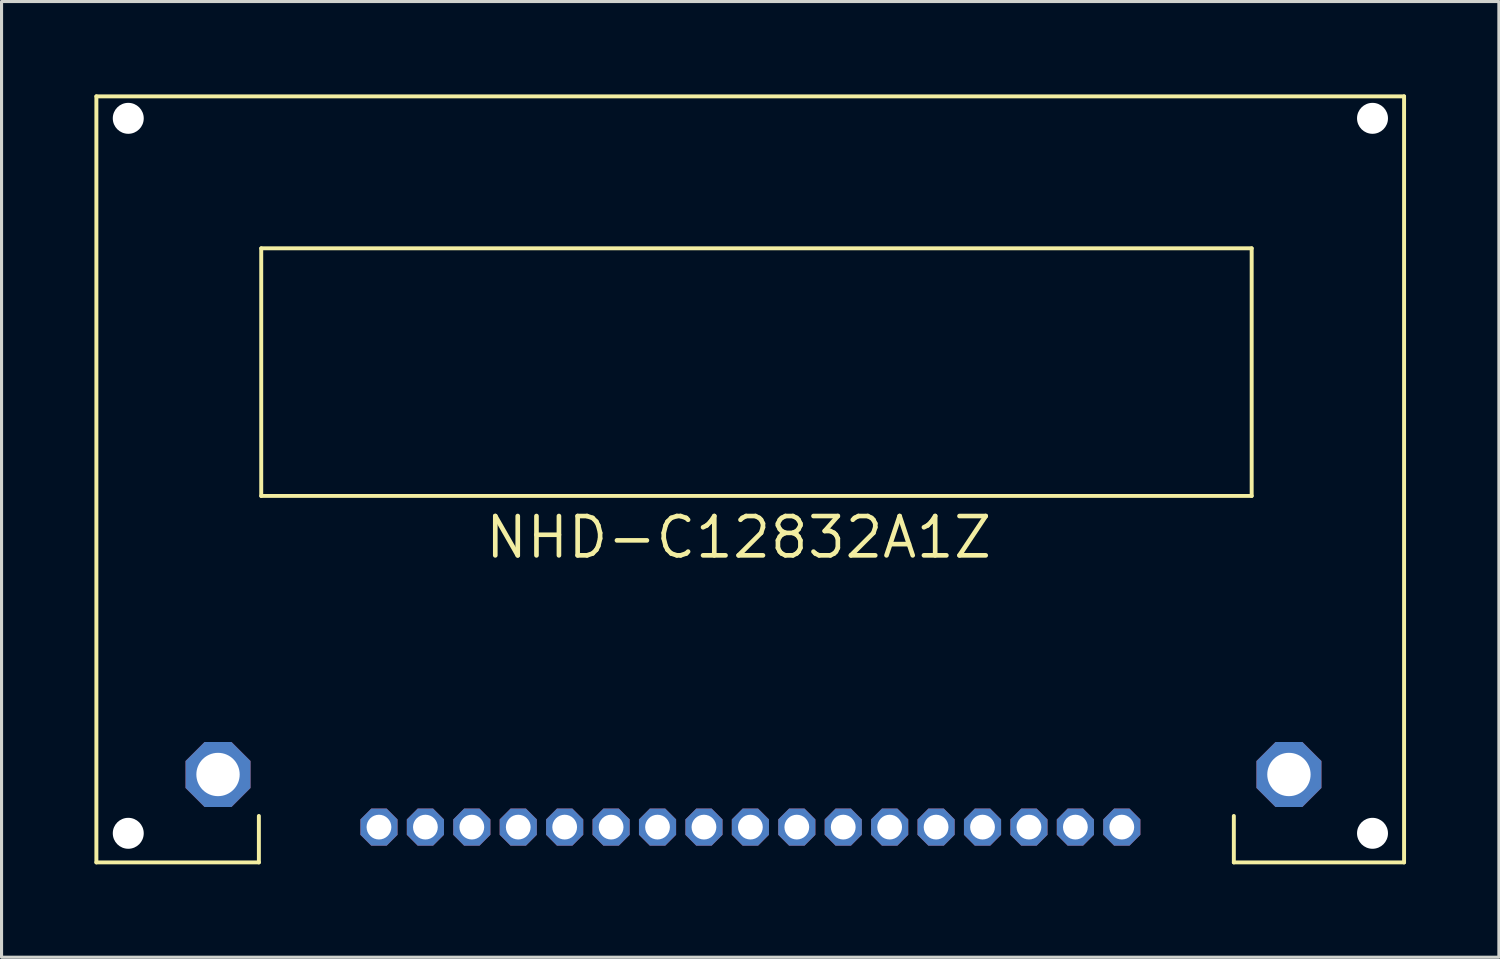
<source format=kicad_pcb>
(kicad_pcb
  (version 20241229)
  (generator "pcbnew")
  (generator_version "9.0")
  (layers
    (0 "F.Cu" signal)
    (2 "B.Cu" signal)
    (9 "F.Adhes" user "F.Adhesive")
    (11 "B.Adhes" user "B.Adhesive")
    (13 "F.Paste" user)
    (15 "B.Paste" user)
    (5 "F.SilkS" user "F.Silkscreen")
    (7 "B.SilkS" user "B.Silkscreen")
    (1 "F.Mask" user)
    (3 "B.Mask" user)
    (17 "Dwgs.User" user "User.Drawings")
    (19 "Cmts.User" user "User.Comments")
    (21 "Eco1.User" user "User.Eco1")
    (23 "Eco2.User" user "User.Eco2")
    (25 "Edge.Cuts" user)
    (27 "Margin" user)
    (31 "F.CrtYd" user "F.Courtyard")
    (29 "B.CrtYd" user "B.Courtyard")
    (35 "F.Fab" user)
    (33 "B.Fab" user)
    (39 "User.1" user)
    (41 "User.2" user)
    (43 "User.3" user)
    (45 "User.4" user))
  (footprint "NHD-C12832A1Z"
    (layer "F.Cu")
    (at 20.814 14.313)
    (property "Reference" "NHD-C12832A1Z" (at 0 0 0) (layer "F.SilkS") (effects (font (size 1.27 1.27) (thickness 0.15))))
    (fp_line (start -20.75 -14.25) (end 21.5 -14.25) (stroke (width 0.127) (type solid)) (layer "F.SilkS"))
    (fp_line (start -20.75 10.5) (end -20.75 -14.25) (stroke (width 0.127) (type solid)) (layer "F.SilkS"))
    (fp_line (start -20.75 10.5) (end -15.5 10.5) (stroke (width 0.127) (type solid)) (layer "F.SilkS"))
    (fp_line (start -15.5 9) (end -15.5 10.5) (stroke (width 0.127) (type solid)) (layer "F.SilkS"))
    (fp_line (start -15.424 -9.34) (end 16.576 -9.34) (stroke (width 0.127) (type solid)) (layer "F.SilkS"))
    (fp_line (start -15.424 -1.34) (end -15.424 -9.34) (stroke (width 0.127) (type solid)) (layer "F.SilkS"))
    (fp_line (start 16 9) (end 16 10.5) (stroke (width 0.127) (type solid)) (layer "F.SilkS"))
    (fp_line (start 16 10.5) (end 21.5 10.5) (stroke (width 0.127) (type solid)) (layer "F.SilkS"))
    (fp_line (start 16.576 -9.34) (end 16.576 -1.34) (stroke (width 0.127) (type solid)) (layer "F.SilkS"))
    (fp_line (start 16.576 -1.34) (end -15.424 -1.34) (stroke (width 0.127) (type solid)) (layer "F.SilkS"))
    (fp_line (start 21.5 -14.25) (end 21.5 10.5) (stroke (width 0.127) (type solid)) (layer "F.SilkS"))
    (pad "" np_thru_hole circle (at -19.72 -13.54) (size 1 1) (drill 1) (layers "*.Cu" "*.Mask"))
    (pad "" np_thru_hole circle (at -19.72 9.56) (size 1 1) (drill 1) (layers "*.Cu" "*.Mask"))
    (pad "" np_thru_hole circle (at 20.48 -13.54) (size 1 1) (drill 1) (layers "*.Cu" "*.Mask"))
    (pad "" np_thru_hole circle (at 20.48 9.56) (size 1 1) (drill 1) (layers "*.Cu" "*.Mask"))
    (pad "P1" thru_hole roundrect (at -11.62 9.36) (size 1.2 1.2) (drill 0.8) (layers "*.Cu" "*.Mask") (roundrect_rratio 0.25) (chamfer_ratio 0.293) (chamfer top_left top_right bottom_left bottom_right))
    (pad "P2" thru_hole roundrect (at -10.12 9.36) (size 1.2 1.2) (drill 0.8) (layers "*.Cu" "*.Mask") (roundrect_rratio 0.25) (chamfer_ratio 0.293) (chamfer top_left top_right bottom_left bottom_right))
    (pad "P3" thru_hole roundrect (at -8.62 9.36) (size 1.2 1.2) (drill 0.8) (layers "*.Cu" "*.Mask") (roundrect_rratio 0.25) (chamfer_ratio 0.293) (chamfer top_left top_right bottom_left bottom_right))
    (pad "P4" thru_hole roundrect (at -7.12 9.36) (size 1.2 1.2) (drill 0.8) (layers "*.Cu" "*.Mask") (roundrect_rratio 0.25) (chamfer_ratio 0.293) (chamfer top_left top_right bottom_left bottom_right))
    (pad "P5" thru_hole roundrect (at -5.62 9.36) (size 1.2 1.2) (drill 0.8) (layers "*.Cu" "*.Mask") (roundrect_rratio 0.25) (chamfer_ratio 0.293) (chamfer top_left top_right bottom_left bottom_right))
    (pad "P6" thru_hole roundrect (at -4.12 9.36) (size 1.2 1.2) (drill 0.8) (layers "*.Cu" "*.Mask") (roundrect_rratio 0.25) (chamfer_ratio 0.293) (chamfer top_left top_right bottom_left bottom_right))
    (pad "P7" thru_hole roundrect (at -2.62 9.36) (size 1.2 1.2) (drill 0.8) (layers "*.Cu" "*.Mask") (roundrect_rratio 0.25) (chamfer_ratio 0.293) (chamfer top_left top_right bottom_left bottom_right))
    (pad "P8" thru_hole roundrect (at -1.12 9.36) (size 1.2 1.2) (drill 0.8) (layers "*.Cu" "*.Mask") (roundrect_rratio 0.25) (chamfer_ratio 0.293) (chamfer top_left top_right bottom_left bottom_right))
    (pad "P9" thru_hole roundrect (at 0.38 9.36) (size 1.2 1.2) (drill 0.8) (layers "*.Cu" "*.Mask") (roundrect_rratio 0.25) (chamfer_ratio 0.293) (chamfer top_left top_right bottom_left bottom_right))
    (pad "P10" thru_hole roundrect (at 1.88 9.36) (size 1.2 1.2) (drill 0.8) (layers "*.Cu" "*.Mask") (roundrect_rratio 0.25) (chamfer_ratio 0.293) (chamfer top_left top_right bottom_left bottom_right))
    (pad "P11" thru_hole roundrect (at 3.38 9.36) (size 1.2 1.2) (drill 0.8) (layers "*.Cu" "*.Mask") (roundrect_rratio 0.25) (chamfer_ratio 0.293) (chamfer top_left top_right bottom_left bottom_right))
    (pad "P12" thru_hole roundrect (at 4.88 9.36) (size 1.2 1.2) (drill 0.8) (layers "*.Cu" "*.Mask") (roundrect_rratio 0.25) (chamfer_ratio 0.293) (chamfer top_left top_right bottom_left bottom_right))
    (pad "P13" thru_hole roundrect (at 6.38 9.36) (size 1.2 1.2) (drill 0.8) (layers "*.Cu" "*.Mask") (roundrect_rratio 0.25) (chamfer_ratio 0.293) (chamfer top_left top_right bottom_left bottom_right))
    (pad "P14" thru_hole roundrect (at 7.88 9.36) (size 1.2 1.2) (drill 0.8) (layers "*.Cu" "*.Mask") (roundrect_rratio 0.25) (chamfer_ratio 0.293) (chamfer top_left top_right bottom_left bottom_right))
    (pad "P15" thru_hole roundrect (at 9.38 9.36) (size 1.2 1.2) (drill 0.8) (layers "*.Cu" "*.Mask") (roundrect_rratio 0.25) (chamfer_ratio 0.293) (chamfer top_left top_right bottom_left bottom_right))
    (pad "P16" thru_hole roundrect (at 10.88 9.36) (size 1.2 1.2) (drill 0.8) (layers "*.Cu" "*.Mask") (roundrect_rratio 0.25) (chamfer_ratio 0.293) (chamfer top_left top_right bottom_left bottom_right))
    (pad "P17" thru_hole roundrect (at 12.38 9.36) (size 1.2 1.2) (drill 0.8) (layers "*.Cu" "*.Mask") (roundrect_rratio 0.25) (chamfer_ratio 0.293) (chamfer top_left top_right bottom_left bottom_right))
    (pad "P18" thru_hole roundrect (at -16.82 7.66) (size 2.1 2.1) (drill 1.4) (layers "*.Cu" "*.Mask") (roundrect_rratio 0.25) (chamfer_ratio 0.293) (chamfer top_left top_right bottom_left bottom_right))
    (pad "P19" thru_hole roundrect (at 17.78 7.66) (size 2.1 2.1) (drill 1.4) (layers "*.Cu" "*.Mask") (roundrect_rratio 0.25) (chamfer_ratio 0.293) (chamfer top_left top_right bottom_left bottom_right)))
  (gr_rect
    (start -3 -3)
    (end 45.377 27.877)
    (stroke (width 0.1) (type default))
    (fill no)
    (layer "Edge.Cuts")))
</source>
